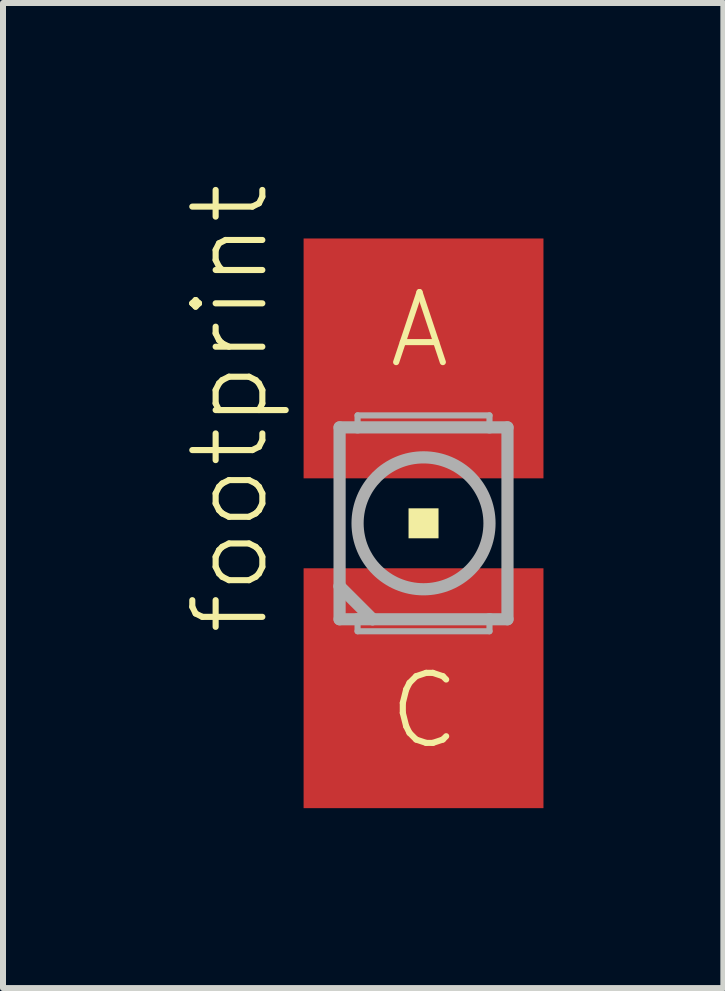
<source format=kicad_pcb>
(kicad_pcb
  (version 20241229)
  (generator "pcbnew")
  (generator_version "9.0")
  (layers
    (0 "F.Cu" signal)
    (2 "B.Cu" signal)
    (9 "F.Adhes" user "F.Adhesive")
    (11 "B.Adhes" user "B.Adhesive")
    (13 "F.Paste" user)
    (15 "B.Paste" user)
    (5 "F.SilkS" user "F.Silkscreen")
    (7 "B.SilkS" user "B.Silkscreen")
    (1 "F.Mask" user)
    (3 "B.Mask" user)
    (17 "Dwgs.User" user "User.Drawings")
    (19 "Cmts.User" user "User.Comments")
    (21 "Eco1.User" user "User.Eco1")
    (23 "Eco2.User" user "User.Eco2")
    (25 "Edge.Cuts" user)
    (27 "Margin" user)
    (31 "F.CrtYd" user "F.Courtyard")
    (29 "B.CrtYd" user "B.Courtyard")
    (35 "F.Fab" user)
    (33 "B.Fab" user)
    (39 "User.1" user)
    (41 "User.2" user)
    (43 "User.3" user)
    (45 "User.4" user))
  (footprint "footprint"
    (layer "F.Cu")
    (at 4.013 5.677)
    (property "Reference" "footprint" (at -2.54 1.905 90) (layer "F.SilkS") (effects (font (size 1.168 1.168) (thickness 0.102)) (justify left bottom)))
    (fp_poly (pts (xy -1.4 -0.65) (xy 1.4 -0.65) (xy 1.4 -2.35) (xy -1.4 -2.35)) (stroke (width 0) (type solid)) (fill yes) (layer "F.Mask"))
    (fp_poly (pts (xy -1.4 2.35) (xy 1.4 2.35) (xy 1.4 0.65) (xy -1.4 0.65)) (stroke (width 0) (type solid)) (fill yes) (layer "F.Mask"))
    (fp_poly (pts (xy -0.25 0.25) (xy 0.25 0.25) (xy 0.25 -0.25) (xy -0.25 -0.25)) (stroke (width 0) (type solid)) (fill yes) (layer "F.SilkS"))
    (fp_poly (pts (xy -1.3 -0.75) (xy 1.3 -0.75) (xy 1.3 -2.25) (xy -1.3 -2.25)) (stroke (width 0) (type solid)) (fill yes) (layer "F.Paste"))
    (fp_poly (pts (xy -1.3 2.25) (xy 1.3 2.25) (xy 1.3 0.75) (xy -1.3 0.75)) (stroke (width 0) (type solid)) (fill yes) (layer "F.Paste"))
    (fp_line (start -1.4 -1.6) (end -1.4 1.05) (stroke (width 0.203) (type solid)) (layer "F.Fab"))
    (fp_line (start -1.4 1.05) (end -1.4 1.6) (stroke (width 0.203) (type solid)) (layer "F.Fab"))
    (fp_line (start -1.4 1.6) (end -1.1 1.6) (stroke (width 0.203) (type solid)) (layer "F.Fab"))
    (fp_line (start -1.1 -1.8) (end 1.1 -1.8) (stroke (width 0.102) (type solid)) (layer "F.Fab"))
    (fp_line (start -1.1 -1.6) (end -1.4 -1.6) (stroke (width 0.203) (type solid)) (layer "F.Fab"))
    (fp_line (start -1.1 -1.6) (end -1.1 -1.8) (stroke (width 0.102) (type solid)) (layer "F.Fab"))
    (fp_line (start -1.1 1.6) (end -1.1 1.8) (stroke (width 0.102) (type solid)) (layer "F.Fab"))
    (fp_line (start -1.1 1.6) (end -0.85 1.6) (stroke (width 0.203) (type solid)) (layer "F.Fab"))
    (fp_line (start -1.1 1.8) (end 1.1 1.8) (stroke (width 0.102) (type solid)) (layer "F.Fab"))
    (fp_line (start -0.85 1.6) (end -1.4 1.05) (stroke (width 0.203) (type solid)) (layer "F.Fab"))
    (fp_line (start -0.85 1.6) (end 1.1 1.6) (stroke (width 0.203) (type solid)) (layer "F.Fab"))
    (fp_line (start 1.1 -1.8) (end 1.1 -1.6) (stroke (width 0.102) (type solid)) (layer "F.Fab"))
    (fp_line (start 1.1 -1.6) (end -1.1 -1.6) (stroke (width 0.203) (type solid)) (layer "F.Fab"))
    (fp_line (start 1.1 1.6) (end 1.4 1.6) (stroke (width 0.203) (type solid)) (layer "F.Fab"))
    (fp_line (start 1.1 1.8) (end 1.1 1.6) (stroke (width 0.102) (type solid)) (layer "F.Fab"))
    (fp_line (start 1.4 -1.6) (end 1.1 -1.6) (stroke (width 0.203) (type solid)) (layer "F.Fab"))
    (fp_line (start 1.4 1.6) (end 1.4 -1.6) (stroke (width 0.203) (type solid)) (layer "F.Fab"))
    (fp_circle (center 0 0) (end 1.1 0) (stroke (width 0.203) (type solid)) (fill no) (layer "F.Fab"))
    (fp_text user "A" (at -0.635 -2.54 0) (layer "F.SilkS") (effects (font (size 1.168 1.168) (thickness 0.102)) (justify left bottom)))
    (fp_text user "C" (at -0.635 3.81 0) (layer "F.SilkS") (effects (font (size 1.168 1.168) (thickness 0.102)) (justify left bottom)))
    (pad "A" smd rect (at 0 -2.75) (size 4 4) (layers "F.Cu"))
    (pad "C" smd rect (at 0 2.75) (size 4 4) (layers "F.Cu")))
  (gr_rect
    (start -3 -3)
    (end 9.013 13.427)
    (stroke (width 0.1) (type default))
    (fill no)
    (layer "Edge.Cuts")))
</source>
